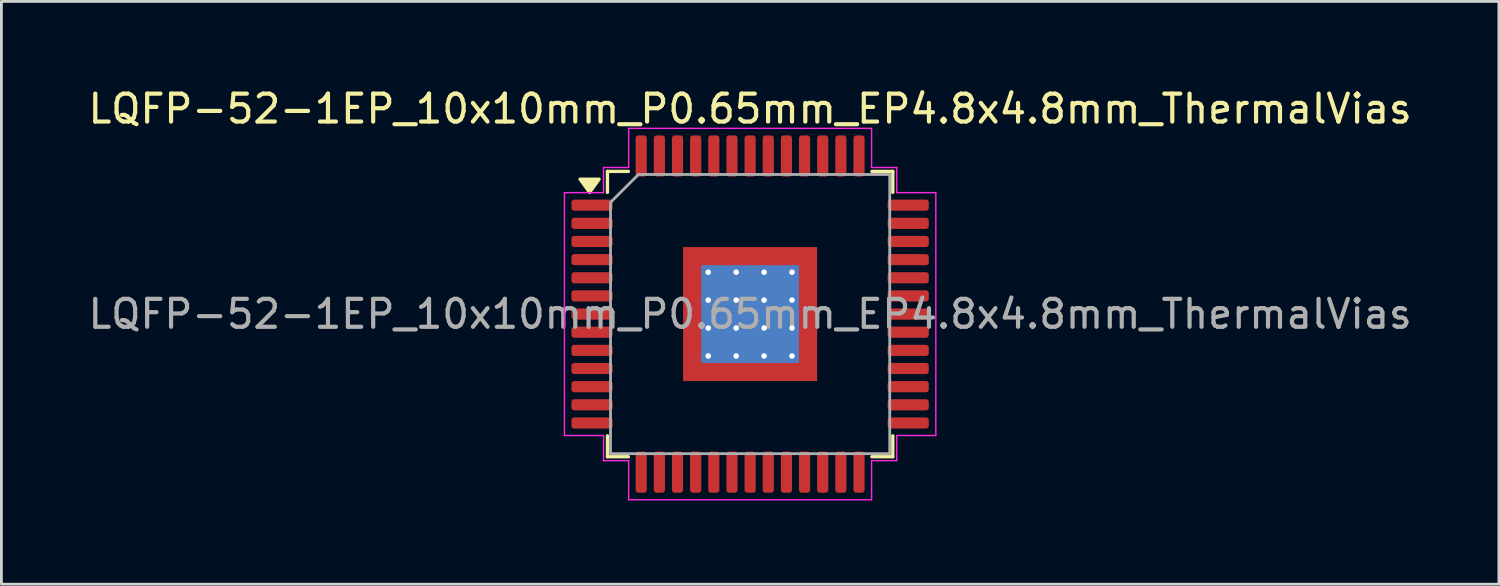
<source format=kicad_pcb>
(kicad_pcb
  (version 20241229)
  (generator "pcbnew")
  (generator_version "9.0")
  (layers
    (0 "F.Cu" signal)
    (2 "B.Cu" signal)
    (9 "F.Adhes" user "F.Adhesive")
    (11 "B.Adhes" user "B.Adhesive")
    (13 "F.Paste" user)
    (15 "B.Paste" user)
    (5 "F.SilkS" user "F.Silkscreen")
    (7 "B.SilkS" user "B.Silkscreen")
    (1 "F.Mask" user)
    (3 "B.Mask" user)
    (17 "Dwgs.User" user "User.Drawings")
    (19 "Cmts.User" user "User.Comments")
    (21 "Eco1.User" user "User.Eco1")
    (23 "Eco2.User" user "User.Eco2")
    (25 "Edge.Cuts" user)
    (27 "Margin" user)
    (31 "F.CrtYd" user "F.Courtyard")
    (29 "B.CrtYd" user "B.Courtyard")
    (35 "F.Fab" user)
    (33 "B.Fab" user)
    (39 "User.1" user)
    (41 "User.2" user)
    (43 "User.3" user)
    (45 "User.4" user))
  (footprint "LQFP-52-1EP_10x10mm_P0.65mm_EP4.8x4.8mm_ThermalVias"
    (layer "F.Cu")
    (at 23.815 8.198)
    (property "Reference" "LQFP-52-1EP_10x10mm_P0.65mm_EP4.8x4.8mm_ThermalVias" (at 0 -7.35 0) (layer "F.SilkS") (effects (font (size 1 1) (thickness 0.15))))
    (attr smd)
    (fp_line (start -5.11 -5.11) (end -4.36 -5.11) (stroke (width 0.12) (type solid)) (layer "F.SilkS"))
    (fp_line (start -5.11 -4.36) (end -5.11 -5.11) (stroke (width 0.12) (type solid)) (layer "F.SilkS"))
    (fp_line (start -5.11 5.11) (end -5.11 4.36) (stroke (width 0.12) (type solid)) (layer "F.SilkS"))
    (fp_line (start -4.36 5.11) (end -5.11 5.11) (stroke (width 0.12) (type solid)) (layer "F.SilkS"))
    (fp_line (start 4.36 -5.11) (end 5.11 -5.11) (stroke (width 0.12) (type solid)) (layer "F.SilkS"))
    (fp_line (start 5.11 -5.11) (end 5.11 -4.36) (stroke (width 0.12) (type solid)) (layer "F.SilkS"))
    (fp_line (start 5.11 4.36) (end 5.11 5.11) (stroke (width 0.12) (type solid)) (layer "F.SilkS"))
    (fp_line (start 5.11 5.11) (end 4.36 5.11) (stroke (width 0.12) (type solid)) (layer "F.SilkS"))
    (fp_poly (pts (xy -5.75 -4.36) (xy -6.09 -4.83) (xy -5.41 -4.83)) (stroke (width 0.12) (type solid)) (fill yes) (layer "F.SilkS"))
    (fp_line (start -6.65 -4.35) (end -5.25 -4.35) (stroke (width 0.05) (type solid)) (layer "F.CrtYd"))
    (fp_line (start -6.65 4.35) (end -6.65 -4.35) (stroke (width 0.05) (type solid)) (layer "F.CrtYd"))
    (fp_line (start -5.25 -5.25) (end -4.35 -5.25) (stroke (width 0.05) (type solid)) (layer "F.CrtYd"))
    (fp_line (start -5.25 -4.35) (end -5.25 -5.25) (stroke (width 0.05) (type solid)) (layer "F.CrtYd"))
    (fp_line (start -5.25 4.35) (end -6.65 4.35) (stroke (width 0.05) (type solid)) (layer "F.CrtYd"))
    (fp_line (start -5.25 5.25) (end -5.25 4.35) (stroke (width 0.05) (type solid)) (layer "F.CrtYd"))
    (fp_line (start -4.35 -6.65) (end 4.35 -6.65) (stroke (width 0.05) (type solid)) (layer "F.CrtYd"))
    (fp_line (start -4.35 -5.25) (end -4.35 -6.65) (stroke (width 0.05) (type solid)) (layer "F.CrtYd"))
    (fp_line (start -4.35 5.25) (end -5.25 5.25) (stroke (width 0.05) (type solid)) (layer "F.CrtYd"))
    (fp_line (start -4.35 6.65) (end -4.35 5.25) (stroke (width 0.05) (type solid)) (layer "F.CrtYd"))
    (fp_line (start 4.35 -6.65) (end 4.35 -5.25) (stroke (width 0.05) (type solid)) (layer "F.CrtYd"))
    (fp_line (start 4.35 -5.25) (end 5.25 -5.25) (stroke (width 0.05) (type solid)) (layer "F.CrtYd"))
    (fp_line (start 4.35 5.25) (end 4.35 6.65) (stroke (width 0.05) (type solid)) (layer "F.CrtYd"))
    (fp_line (start 4.35 6.65) (end -4.35 6.65) (stroke (width 0.05) (type solid)) (layer "F.CrtYd"))
    (fp_line (start 5.25 -5.25) (end 5.25 -4.35) (stroke (width 0.05) (type solid)) (layer "F.CrtYd"))
    (fp_line (start 5.25 -4.35) (end 6.65 -4.35) (stroke (width 0.05) (type solid)) (layer "F.CrtYd"))
    (fp_line (start 5.25 4.35) (end 5.25 5.25) (stroke (width 0.05) (type solid)) (layer "F.CrtYd"))
    (fp_line (start 5.25 5.25) (end 4.35 5.25) (stroke (width 0.05) (type solid)) (layer "F.CrtYd"))
    (fp_line (start 6.65 -4.35) (end 6.65 4.35) (stroke (width 0.05) (type solid)) (layer "F.CrtYd"))
    (fp_line (start 6.65 4.35) (end 5.25 4.35) (stroke (width 0.05) (type solid)) (layer "F.CrtYd"))
    (fp_poly (pts (xy -5 -4) (xy -5 5) (xy 5 5) (xy 5 -5) (xy -4 -5)) (stroke (width 0.1) (type solid)) (fill no) (layer "F.Fab"))
    (fp_text user "${REFERENCE}" (at 0 0 0) (layer "F.Fab") (effects (font (size 1 1) (thickness 0.15))))
    (pad "" smd roundrect (at -1.6 -1.6) (size 1.29 1.29) (layers "F.Paste") (roundrect_rratio 0.194))
    (pad "" smd roundrect (at -1.6 0) (size 1.29 1.29) (layers "F.Paste") (roundrect_rratio 0.194))
    (pad "" smd roundrect (at -1.6 1.6) (size 1.29 1.29) (layers "F.Paste") (roundrect_rratio 0.194))
    (pad "" smd roundrect (at 0 -1.6) (size 1.29 1.29) (layers "F.Paste") (roundrect_rratio 0.194))
    (pad "" smd roundrect (at 0 0) (size 1.29 1.29) (layers "F.Paste") (roundrect_rratio 0.194))
    (pad "" smd roundrect (at 0 1.6) (size 1.29 1.29) (layers "F.Paste") (roundrect_rratio 0.194))
    (pad "" smd roundrect (at 1.6 -1.6) (size 1.29 1.29) (layers "F.Paste") (roundrect_rratio 0.194))
    (pad "" smd roundrect (at 1.6 0) (size 1.29 1.29) (layers "F.Paste") (roundrect_rratio 0.194))
    (pad "" smd roundrect (at 1.6 1.6) (size 1.29 1.29) (layers "F.Paste") (roundrect_rratio 0.194))
    (pad "1" smd roundrect (at -5.662 -3.9) (size 1.475 0.4) (layers "F.Cu" "F.Mask" "F.Paste") (roundrect_rratio 0.25))
    (pad "2" smd roundrect (at -5.662 -3.25) (size 1.475 0.4) (layers "F.Cu" "F.Mask" "F.Paste") (roundrect_rratio 0.25))
    (pad "3" smd roundrect (at -5.662 -2.6) (size 1.475 0.4) (layers "F.Cu" "F.Mask" "F.Paste") (roundrect_rratio 0.25))
    (pad "4" smd roundrect (at -5.662 -1.95) (size 1.475 0.4) (layers "F.Cu" "F.Mask" "F.Paste") (roundrect_rratio 0.25))
    (pad "5" smd roundrect (at -5.662 -1.3) (size 1.475 0.4) (layers "F.Cu" "F.Mask" "F.Paste") (roundrect_rratio 0.25))
    (pad "6" smd roundrect (at -5.662 -0.65) (size 1.475 0.4) (layers "F.Cu" "F.Mask" "F.Paste") (roundrect_rratio 0.25))
    (pad "7" smd roundrect (at -5.662 0) (size 1.475 0.4) (layers "F.Cu" "F.Mask" "F.Paste") (roundrect_rratio 0.25))
    (pad "8" smd roundrect (at -5.662 0.65) (size 1.475 0.4) (layers "F.Cu" "F.Mask" "F.Paste") (roundrect_rratio 0.25))
    (pad "9" smd roundrect (at -5.662 1.3) (size 1.475 0.4) (layers "F.Cu" "F.Mask" "F.Paste") (roundrect_rratio 0.25))
    (pad "10" smd roundrect (at -5.662 1.95) (size 1.475 0.4) (layers "F.Cu" "F.Mask" "F.Paste") (roundrect_rratio 0.25))
    (pad "11" smd roundrect (at -5.662 2.6) (size 1.475 0.4) (layers "F.Cu" "F.Mask" "F.Paste") (roundrect_rratio 0.25))
    (pad "12" smd roundrect (at -5.662 3.25) (size 1.475 0.4) (layers "F.Cu" "F.Mask" "F.Paste") (roundrect_rratio 0.25))
    (pad "13" smd roundrect (at -5.662 3.9) (size 1.475 0.4) (layers "F.Cu" "F.Mask" "F.Paste") (roundrect_rratio 0.25))
    (pad "14" smd roundrect (at -3.9 5.662) (size 0.4 1.475) (layers "F.Cu" "F.Mask" "F.Paste") (roundrect_rratio 0.25))
    (pad "15" smd roundrect (at -3.25 5.662) (size 0.4 1.475) (layers "F.Cu" "F.Mask" "F.Paste") (roundrect_rratio 0.25))
    (pad "16" smd roundrect (at -2.6 5.662) (size 0.4 1.475) (layers "F.Cu" "F.Mask" "F.Paste") (roundrect_rratio 0.25))
    (pad "17" smd roundrect (at -1.95 5.662) (size 0.4 1.475) (layers "F.Cu" "F.Mask" "F.Paste") (roundrect_rratio 0.25))
    (pad "18" smd roundrect (at -1.3 5.662) (size 0.4 1.475) (layers "F.Cu" "F.Mask" "F.Paste") (roundrect_rratio 0.25))
    (pad "19" smd roundrect (at -0.65 5.662) (size 0.4 1.475) (layers "F.Cu" "F.Mask" "F.Paste") (roundrect_rratio 0.25))
    (pad "20" smd roundrect (at 0 5.662) (size 0.4 1.475) (layers "F.Cu" "F.Mask" "F.Paste") (roundrect_rratio 0.25))
    (pad "21" smd roundrect (at 0.65 5.662) (size 0.4 1.475) (layers "F.Cu" "F.Mask" "F.Paste") (roundrect_rratio 0.25))
    (pad "22" smd roundrect (at 1.3 5.662) (size 0.4 1.475) (layers "F.Cu" "F.Mask" "F.Paste") (roundrect_rratio 0.25))
    (pad "23" smd roundrect (at 1.95 5.662) (size 0.4 1.475) (layers "F.Cu" "F.Mask" "F.Paste") (roundrect_rratio 0.25))
    (pad "24" smd roundrect (at 2.6 5.662) (size 0.4 1.475) (layers "F.Cu" "F.Mask" "F.Paste") (roundrect_rratio 0.25))
    (pad "25" smd roundrect (at 3.25 5.662) (size 0.4 1.475) (layers "F.Cu" "F.Mask" "F.Paste") (roundrect_rratio 0.25))
    (pad "26" smd roundrect (at 3.9 5.662) (size 0.4 1.475) (layers "F.Cu" "F.Mask" "F.Paste") (roundrect_rratio 0.25))
    (pad "27" smd roundrect (at 5.662 3.9) (size 1.475 0.4) (layers "F.Cu" "F.Mask" "F.Paste") (roundrect_rratio 0.25))
    (pad "28" smd roundrect (at 5.662 3.25) (size 1.475 0.4) (layers "F.Cu" "F.Mask" "F.Paste") (roundrect_rratio 0.25))
    (pad "29" smd roundrect (at 5.662 2.6) (size 1.475 0.4) (layers "F.Cu" "F.Mask" "F.Paste") (roundrect_rratio 0.25))
    (pad "30" smd roundrect (at 5.662 1.95) (size 1.475 0.4) (layers "F.Cu" "F.Mask" "F.Paste") (roundrect_rratio 0.25))
    (pad "31" smd roundrect (at 5.662 1.3) (size 1.475 0.4) (layers "F.Cu" "F.Mask" "F.Paste") (roundrect_rratio 0.25))
    (pad "32" smd roundrect (at 5.662 0.65) (size 1.475 0.4) (layers "F.Cu" "F.Mask" "F.Paste") (roundrect_rratio 0.25))
    (pad "33" smd roundrect (at 5.662 0) (size 1.475 0.4) (layers "F.Cu" "F.Mask" "F.Paste") (roundrect_rratio 0.25))
    (pad "34" smd roundrect (at 5.662 -0.65) (size 1.475 0.4) (layers "F.Cu" "F.Mask" "F.Paste") (roundrect_rratio 0.25))
    (pad "35" smd roundrect (at 5.662 -1.3) (size 1.475 0.4) (layers "F.Cu" "F.Mask" "F.Paste") (roundrect_rratio 0.25))
    (pad "36" smd roundrect (at 5.662 -1.95) (size 1.475 0.4) (layers "F.Cu" "F.Mask" "F.Paste") (roundrect_rratio 0.25))
    (pad "37" smd roundrect (at 5.662 -2.6) (size 1.475 0.4) (layers "F.Cu" "F.Mask" "F.Paste") (roundrect_rratio 0.25))
    (pad "38" smd roundrect (at 5.662 -3.25) (size 1.475 0.4) (layers "F.Cu" "F.Mask" "F.Paste") (roundrect_rratio 0.25))
    (pad "39" smd roundrect (at 5.662 -3.9) (size 1.475 0.4) (layers "F.Cu" "F.Mask" "F.Paste") (roundrect_rratio 0.25))
    (pad "40" smd roundrect (at 3.9 -5.662) (size 0.4 1.475) (layers "F.Cu" "F.Mask" "F.Paste") (roundrect_rratio 0.25))
    (pad "41" smd roundrect (at 3.25 -5.662) (size 0.4 1.475) (layers "F.Cu" "F.Mask" "F.Paste") (roundrect_rratio 0.25))
    (pad "42" smd roundrect (at 2.6 -5.662) (size 0.4 1.475) (layers "F.Cu" "F.Mask" "F.Paste") (roundrect_rratio 0.25))
    (pad "43" smd roundrect (at 1.95 -5.662) (size 0.4 1.475) (layers "F.Cu" "F.Mask" "F.Paste") (roundrect_rratio 0.25))
    (pad "44" smd roundrect (at 1.3 -5.662) (size 0.4 1.475) (layers "F.Cu" "F.Mask" "F.Paste") (roundrect_rratio 0.25))
    (pad "45" smd roundrect (at 0.65 -5.662) (size 0.4 1.475) (layers "F.Cu" "F.Mask" "F.Paste") (roundrect_rratio 0.25))
    (pad "46" smd roundrect (at 0 -5.662) (size 0.4 1.475) (layers "F.Cu" "F.Mask" "F.Paste") (roundrect_rratio 0.25))
    (pad "47" smd roundrect (at -0.65 -5.662) (size 0.4 1.475) (layers "F.Cu" "F.Mask" "F.Paste") (roundrect_rratio 0.25))
    (pad "48" smd roundrect (at -1.3 -5.662) (size 0.4 1.475) (layers "F.Cu" "F.Mask" "F.Paste") (roundrect_rratio 0.25))
    (pad "49" smd roundrect (at -1.95 -5.662) (size 0.4 1.475) (layers "F.Cu" "F.Mask" "F.Paste") (roundrect_rratio 0.25))
    (pad "50" smd roundrect (at -2.6 -5.662) (size 0.4 1.475) (layers "F.Cu" "F.Mask" "F.Paste") (roundrect_rratio 0.25))
    (pad "51" smd roundrect (at -3.25 -5.662) (size 0.4 1.475) (layers "F.Cu" "F.Mask" "F.Paste") (roundrect_rratio 0.25))
    (pad "52" smd roundrect (at -3.9 -5.662) (size 0.4 1.475) (layers "F.Cu" "F.Mask" "F.Paste") (roundrect_rratio 0.25))
    (pad "53" thru_hole circle (at -1.5 -1.5) (size 0.5 0.5) (drill 0.2) (property pad_prop_heatsink) (layers "*.Cu"))
    (pad "53" thru_hole circle (at -1.5 -0.5) (size 0.5 0.5) (drill 0.2) (property pad_prop_heatsink) (layers "*.Cu"))
    (pad "53" thru_hole circle (at -1.5 0.5) (size 0.5 0.5) (drill 0.2) (property pad_prop_heatsink) (layers "*.Cu"))
    (pad "53" thru_hole circle (at -1.5 1.5) (size 0.5 0.5) (drill 0.2) (property pad_prop_heatsink) (layers "*.Cu"))
    (pad "53" thru_hole circle (at -0.5 -1.5) (size 0.5 0.5) (drill 0.2) (property pad_prop_heatsink) (layers "*.Cu"))
    (pad "53" thru_hole circle (at -0.5 -0.5) (size 0.5 0.5) (drill 0.2) (property pad_prop_heatsink) (layers "*.Cu"))
    (pad "53" thru_hole circle (at -0.5 0.5) (size 0.5 0.5) (drill 0.2) (property pad_prop_heatsink) (layers "*.Cu"))
    (pad "53" thru_hole circle (at -0.5 1.5) (size 0.5 0.5) (drill 0.2) (property pad_prop_heatsink) (layers "*.Cu"))
    (pad "53" smd rect (at 0 0) (size 3.5 3.5) (property pad_prop_heatsink) (layers "B.Cu"))
    (pad "53" smd rect (at 0 0) (size 4.8 4.8) (property pad_prop_heatsink) (layers "F.Cu" "F.Mask"))
    (pad "53" thru_hole circle (at 0.5 -1.5) (size 0.5 0.5) (drill 0.2) (property pad_prop_heatsink) (layers "*.Cu"))
    (pad "53" thru_hole circle (at 0.5 -0.5) (size 0.5 0.5) (drill 0.2) (property pad_prop_heatsink) (layers "*.Cu"))
    (pad "53" thru_hole circle (at 0.5 0.5) (size 0.5 0.5) (drill 0.2) (property pad_prop_heatsink) (layers "*.Cu"))
    (pad "53" thru_hole circle (at 0.5 1.5) (size 0.5 0.5) (drill 0.2) (property pad_prop_heatsink) (layers "*.Cu"))
    (pad "53" thru_hole circle (at 1.5 -1.5) (size 0.5 0.5) (drill 0.2) (property pad_prop_heatsink) (layers "*.Cu"))
    (pad "53" thru_hole circle (at 1.5 -0.5) (size 0.5 0.5) (drill 0.2) (property pad_prop_heatsink) (layers "*.Cu"))
    (pad "53" thru_hole circle (at 1.5 0.5) (size 0.5 0.5) (drill 0.2) (property pad_prop_heatsink) (layers "*.Cu"))
    (pad "53" thru_hole circle (at 1.5 1.5) (size 0.5 0.5) (drill 0.2) (property pad_prop_heatsink) (layers "*.Cu")))
  (gr_rect
    (start -3 -3)
    (end 50.631 17.873)
    (stroke (width 0.1) (type default))
    (fill no)
    (layer "Edge.Cuts")))
</source>
